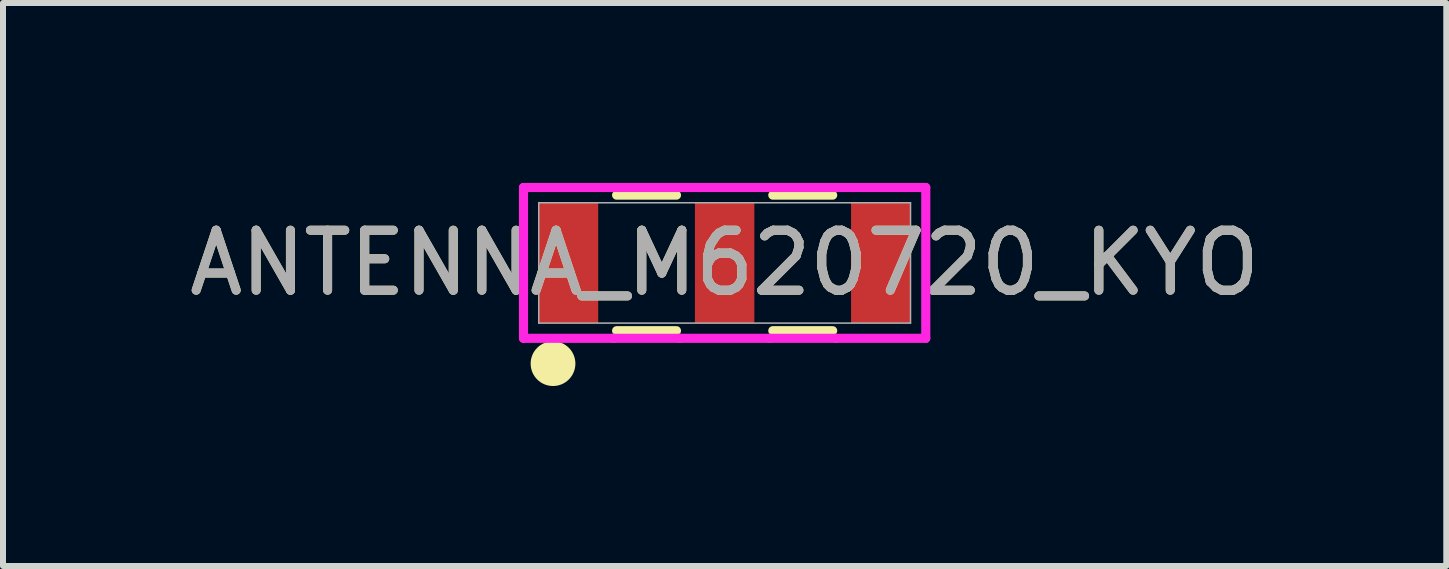
<source format=kicad_pcb>
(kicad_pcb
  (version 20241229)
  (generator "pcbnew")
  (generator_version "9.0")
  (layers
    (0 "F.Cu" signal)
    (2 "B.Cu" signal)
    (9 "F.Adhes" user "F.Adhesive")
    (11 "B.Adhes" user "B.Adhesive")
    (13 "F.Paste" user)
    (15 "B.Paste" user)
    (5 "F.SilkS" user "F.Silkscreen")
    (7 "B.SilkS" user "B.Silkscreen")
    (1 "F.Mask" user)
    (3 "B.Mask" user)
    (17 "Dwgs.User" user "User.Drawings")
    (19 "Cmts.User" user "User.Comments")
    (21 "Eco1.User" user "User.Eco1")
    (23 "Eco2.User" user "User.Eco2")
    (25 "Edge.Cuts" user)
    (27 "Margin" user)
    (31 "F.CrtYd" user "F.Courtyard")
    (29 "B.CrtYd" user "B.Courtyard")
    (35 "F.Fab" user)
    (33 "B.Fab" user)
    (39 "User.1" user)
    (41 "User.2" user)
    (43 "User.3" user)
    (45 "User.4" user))
  (footprint "ANTENNA_M620720_KYO"
    (layer "F.Cu")
    (at 9.03 1.333)
    (property "Reference" "ANTENNA_M620720_KYO" (at 0 0 0) (unlocked yes) (layer "F.SilkS") (effects (font (size 1 1) (thickness 0.15))))
    (attr smd)
    (fp_line (start -1.801 1.13) (end -0.803 1.13) (stroke (width 0.152) (type solid)) (layer "F.SilkS"))
    (fp_line (start -0.803 -1.13) (end -1.801 -1.13) (stroke (width 0.152) (type solid)) (layer "F.SilkS"))
    (fp_line (start 0.803 1.13) (end 1.801 1.13) (stroke (width 0.152) (type solid)) (layer "F.SilkS"))
    (fp_line (start 1.801 -1.13) (end 0.803 -1.13) (stroke (width 0.152) (type solid)) (layer "F.SilkS"))
    (fp_circle (center -2.861 1.679) (end -2.861 2.002) (stroke (width 0.1) (type solid)) (fill yes) (layer "F.SilkS"))
    (fp_line (start -3.353 -1.257) (end -1.854 -1.257) (stroke (width 0.152) (type solid)) (layer "F.CrtYd"))
    (fp_line (start -3.353 1.257) (end -3.353 -1.257) (stroke (width 0.152) (type solid)) (layer "F.CrtYd"))
    (fp_line (start -3.353 1.257) (end -1.854 1.257) (stroke (width 0.152) (type solid)) (layer "F.CrtYd"))
    (fp_line (start -1.854 -1.257) (end -1.854 -1.257) (stroke (width 0.152) (type solid)) (layer "F.CrtYd"))
    (fp_line (start -1.854 -1.257) (end -0.749 -1.257) (stroke (width 0.152) (type solid)) (layer "F.CrtYd"))
    (fp_line (start -1.854 1.257) (end -1.854 1.257) (stroke (width 0.152) (type solid)) (layer "F.CrtYd"))
    (fp_line (start -1.854 1.257) (end -0.749 1.257) (stroke (width 0.152) (type solid)) (layer "F.CrtYd"))
    (fp_line (start -0.749 -1.257) (end -0.749 -1.257) (stroke (width 0.152) (type solid)) (layer "F.CrtYd"))
    (fp_line (start -0.749 -1.257) (end 0.749 -1.257) (stroke (width 0.152) (type solid)) (layer "F.CrtYd"))
    (fp_line (start -0.749 1.257) (end -0.749 1.257) (stroke (width 0.152) (type solid)) (layer "F.CrtYd"))
    (fp_line (start -0.749 1.257) (end 0.749 1.257) (stroke (width 0.152) (type solid)) (layer "F.CrtYd"))
    (fp_line (start 0.749 -1.257) (end 0.749 -1.257) (stroke (width 0.152) (type solid)) (layer "F.CrtYd"))
    (fp_line (start 0.749 1.257) (end 0.749 1.257) (stroke (width 0.152) (type solid)) (layer "F.CrtYd"))
    (fp_line (start 1.854 -1.257) (end 0.749 -1.257) (stroke (width 0.152) (type solid)) (layer "F.CrtYd"))
    (fp_line (start 1.854 -1.257) (end 1.854 -1.257) (stroke (width 0.152) (type solid)) (layer "F.CrtYd"))
    (fp_line (start 1.854 1.257) (end 0.749 1.257) (stroke (width 0.152) (type solid)) (layer "F.CrtYd"))
    (fp_line (start 1.854 1.257) (end 1.854 1.257) (stroke (width 0.152) (type solid)) (layer "F.CrtYd"))
    (fp_line (start 3.353 -1.257) (end 1.854 -1.257) (stroke (width 0.152) (type solid)) (layer "F.CrtYd"))
    (fp_line (start 3.353 -1.257) (end 3.353 1.257) (stroke (width 0.152) (type solid)) (layer "F.CrtYd"))
    (fp_line (start 3.353 1.257) (end 1.854 1.257) (stroke (width 0.152) (type solid)) (layer "F.CrtYd"))
    (fp_line (start -3.099 -1.003) (end -3.099 1.003) (stroke (width 0.025) (type solid)) (layer "F.Fab"))
    (fp_line (start -3.099 1.003) (end 3.099 1.003) (stroke (width 0.025) (type solid)) (layer "F.Fab"))
    (fp_line (start 3.099 -1.003) (end -3.099 -1.003) (stroke (width 0.025) (type solid)) (layer "F.Fab"))
    (fp_line (start 3.099 1.003) (end 3.099 -1.003) (stroke (width 0.025) (type solid)) (layer "F.Fab"))
    (fp_circle (center -3.023 0) (end -3.023 0) (stroke (width 0.025) (type solid)) (fill no) (layer "F.Fab"))
    (fp_text user "${REFERENCE}" (at 0 0 0) (unlocked yes) (layer "F.Fab") (effects (font (size 1 1) (thickness 0.15))))
    (pad "1" smd rect (at -2.603 0) (size 0.991 2.007) (layers "F.Cu" "F.Mask" "F.Paste"))
    (pad "2" smd rect (at 0 0) (size 0.991 2.007) (layers "F.Cu" "F.Mask" "F.Paste"))
    (pad "3" smd rect (at 2.603 0) (size 0.991 2.007) (layers "F.Cu" "F.Mask" "F.Paste"))
    (zone (net_name "") (layer "F.Cu") (hatch full 0.508) (connect_pads) (min_thickness 0.254) (filled_areas_thickness no) (keepout (tracks not_allowed) (vias not_allowed) (pads allowed) (copperpour not_allowed) (footprints allowed)) (placement (enabled no)) (fill) (polygon (pts (xy 8.484 0.381) (xy 6.972 0.381) (xy 6.972 2.286) (xy 8.484 2.286))))
    (zone (net_name "") (layer "F.Cu") (hatch full 0.508) (connect_pads) (min_thickness 0.254) (filled_areas_thickness no) (keepout (tracks not_allowed) (vias not_allowed) (pads allowed) (copperpour not_allowed) (footprints allowed)) (placement (enabled no)) (fill) (polygon (pts (xy 11.087 0.381) (xy 9.576 0.381) (xy 9.576 2.286) (xy 11.087 2.286)))))
  (gr_rect
    (start -3 -3)
    (end 21.06 6.385)
    (stroke (width 0.1) (type default))
    (fill no)
    (layer "Edge.Cuts")))
</source>
